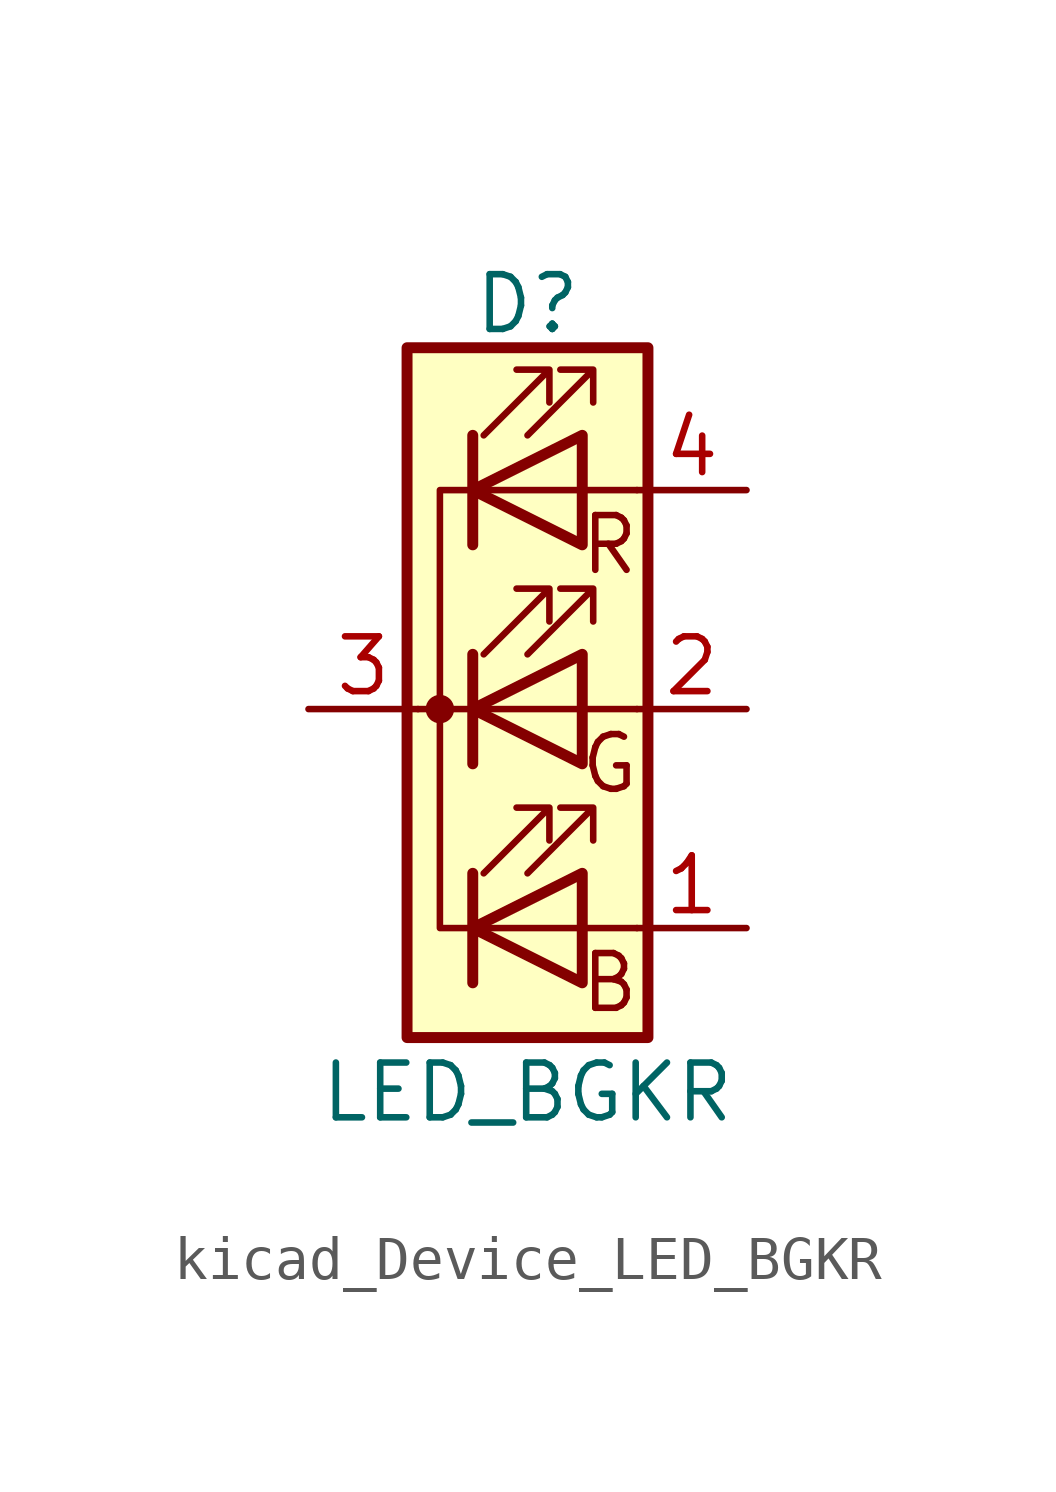
<source format=kicad_sym>
(kicad_symbol_lib
  (version 20220914)
  (generator kicad_symbol_editor)
  (symbol "kicad_Device_LED_BGKR"
    (pin_names
      (offset 0) hide)
    (property "Reference" "D"
      (at 0 9.398 0)
      (effects (font (size 1.27 1.27))))
    (property "Value" "LED_BGKR"
      (at 0 -8.89 0)
      (effects (font (size 1.27 1.27))))
    (symbol "kicad_Device_LED_BGKR_0_0"
      (text "B" (at 1.905 -6.35 0) (effects (font (size 1.27 1.27))))
      (text "G" (at 1.905 -1.27 0) (effects (font (size 1.27 1.27))))
      (text "R" (at 1.905 3.81 0) (effects (font (size 1.27 1.27)))))
    (symbol "kicad_Device_LED_BGKR_0_1"
      (circle (center -2.032 0) (radius 0.254) (stroke (width 0) (type default)) (fill (type outline)))
      (polyline (pts (xy -1.27 -5.08) (xy 1.27 -5.08)) (stroke (width 0) (type default)) (fill (type none)))
      (polyline (pts (xy -1.27 -3.81) (xy -1.27 -6.35)) (stroke (width 0.254) (type default)) (fill (type none)))
      (polyline (pts (xy -1.27 0) (xy -2.54 0)) (stroke (width 0) (type default)) (fill (type none)))
      (polyline (pts (xy -1.27 1.27) (xy -1.27 -1.27)) (stroke (width 0.254) (type default)) (fill (type none)))
      (polyline (pts (xy -1.27 5.08) (xy 1.27 5.08)) (stroke (width 0) (type default)) (fill (type none)))
      (polyline (pts (xy -1.27 6.35) (xy -1.27 3.81)) (stroke (width 0.254) (type default)) (fill (type none)))
      (polyline (pts (xy 1.27 -5.08) (xy 2.54 -5.08)) (stroke (width 0) (type default)) (fill (type none)))
      (polyline (pts (xy 1.27 0) (xy -1.27 0)) (stroke (width 0) (type default)) (fill (type none)))
      (polyline (pts (xy 1.27 0) (xy 2.54 0)) (stroke (width 0) (type default)) (fill (type none)))
      (polyline (pts (xy 1.27 5.08) (xy 2.54 5.08)) (stroke (width 0) (type default)) (fill (type none)))
      (polyline (pts (xy -1.27 1.27) (xy -1.27 -1.27) (xy -1.27 -1.27)) (stroke (width 0) (type default)) (fill (type none)))
      (polyline (pts (xy -1.27 6.35) (xy -1.27 3.81) (xy -1.27 3.81)) (stroke (width 0) (type default)) (fill (type none)))
      (polyline (pts (xy -1.27 5.08) (xy -2.032 5.08) (xy -2.032 -5.08) (xy -1.016 -5.08)) (stroke (width 0) (type default)) (fill (type none)))
      (polyline (pts (xy 1.27 -3.81) (xy 1.27 -6.35) (xy -1.27 -5.08) (xy 1.27 -3.81)) (stroke (width 0.254) (type default)) (fill (type none)))
      (polyline (pts (xy 1.27 1.27) (xy 1.27 -1.27) (xy -1.27 0) (xy 1.27 1.27)) (stroke (width 0.254) (type default)) (fill (type none)))
      (polyline (pts (xy 1.27 6.35) (xy 1.27 3.81) (xy -1.27 5.08) (xy 1.27 6.35)) (stroke (width 0.254) (type default)) (fill (type none)))
      (polyline (pts (xy -1.016 -3.81) (xy 0.508 -2.286) (xy -0.254 -2.286) (xy 0.508 -2.286) (xy 0.508 -3.048)) (stroke (width 0) (type default)) (fill (type none)))
      (polyline (pts (xy -1.016 1.27) (xy 0.508 2.794) (xy -0.254 2.794) (xy 0.508 2.794) (xy 0.508 2.032)) (stroke (width 0) (type default)) (fill (type none)))
      (polyline (pts (xy -1.016 6.35) (xy 0.508 7.874) (xy -0.254 7.874) (xy 0.508 7.874) (xy 0.508 7.112)) (stroke (width 0) (type default)) (fill (type none)))
      (polyline (pts (xy 0 -3.81) (xy 1.524 -2.286) (xy 0.762 -2.286) (xy 1.524 -2.286) (xy 1.524 -3.048)) (stroke (width 0) (type default)) (fill (type none)))
      (polyline (pts (xy 0 1.27) (xy 1.524 2.794) (xy 0.762 2.794) (xy 1.524 2.794) (xy 1.524 2.032)) (stroke (width 0) (type default)) (fill (type none)))
      (polyline (pts (xy 0 6.35) (xy 1.524 7.874) (xy 0.762 7.874) (xy 1.524 7.874) (xy 1.524 7.112)) (stroke (width 0) (type default)) (fill (type none)))
      (rectangle (start 1.27 -1.27) (end 1.27 1.27) (stroke (width 0) (type default)) (fill (type none)))
      (rectangle (start 1.27 1.27) (end 1.27 1.27) (stroke (width 0) (type default)) (fill (type none)))
      (rectangle (start 1.27 3.81) (end 1.27 6.35) (stroke (width 0) (type default)) (fill (type none)))
      (rectangle (start 1.27 6.35) (end 1.27 6.35) (stroke (width 0) (type default)) (fill (type none)))
      (rectangle (start 2.794 8.382) (end -2.794 -7.62) (stroke (width 0.254) (type default)) (fill (type background))))
    (symbol "kicad_Device_LED_BGKR_1_1"
      (pin passive line (at 5.08 -5.08 180) (length 2.54) (name "BA" (effects (font (size 1.27 1.27)))) (number "1" (effects (font (size 1.27 1.27)))))
      (pin passive line (at 5.08 0 180) (length 2.54) (name "GA" (effects (font (size 1.27 1.27)))) (number "2" (effects (font (size 1.27 1.27)))))
      (pin passive line (at -5.08 0 0) (length 2.54) (name "K" (effects (font (size 1.27 1.27)))) (number "3" (effects (font (size 1.27 1.27)))))
      (pin passive line (at 5.08 5.08 180) (length 2.54) (name "RA" (effects (font (size 1.27 1.27)))) (number "4" (effects (font (size 1.27 1.27))))))))
</source>
